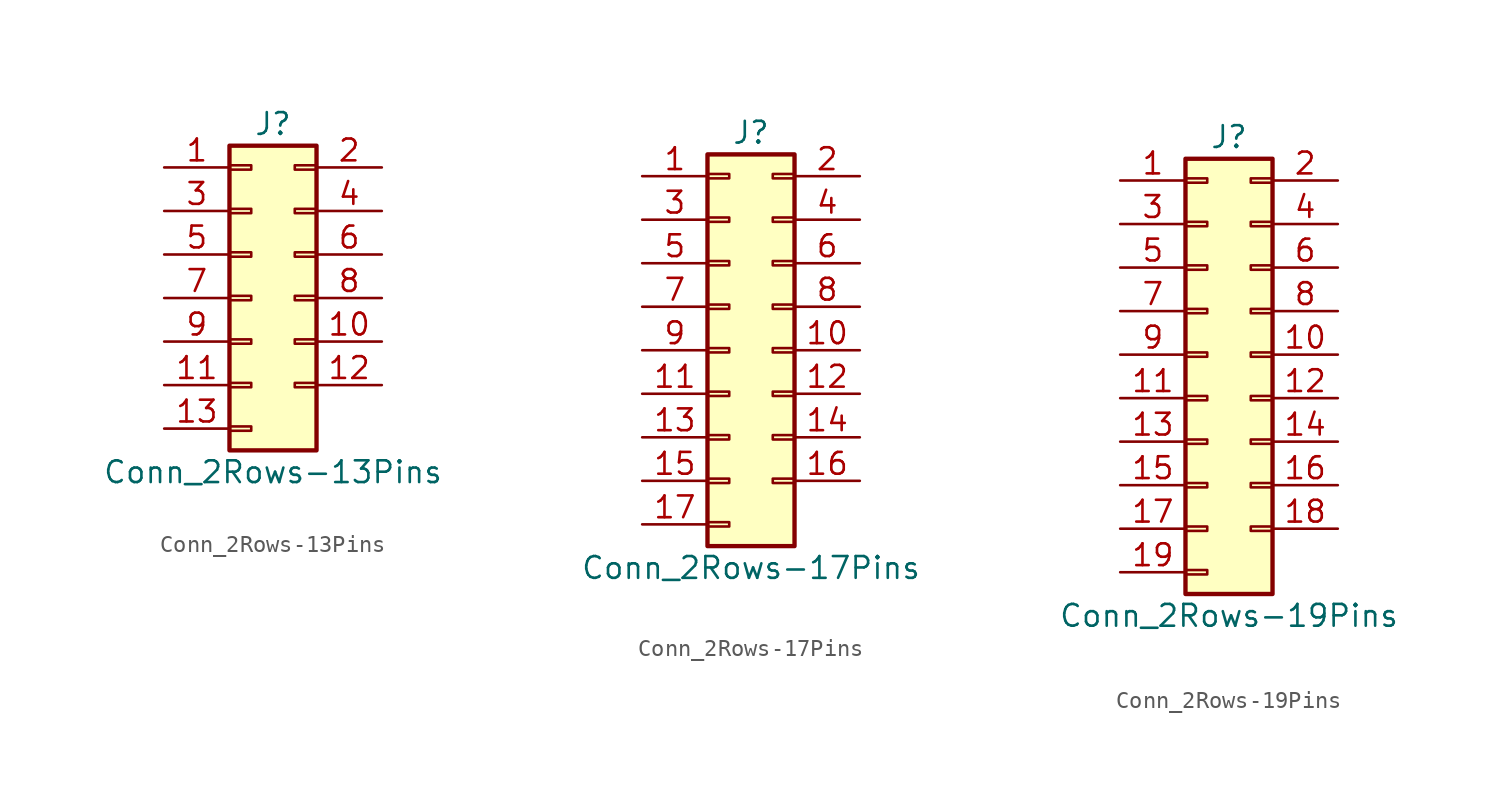
<source format=kicad_sym>
(kicad_symbol_lib
  (version 20211014)
  (generator kicad_symbol_editor)
  (symbol "Conn_2Rows-13Pins"
    (pin_names
      (offset 1.016) hide)
    (property "Reference" "J"
      (at 1.27 10.16 0)
      (effects (font (size 1.27 1.27))))
    (property "Value" "Conn_2Rows-13Pins"
      (at 1.27 -10.16 0)
      (effects (font (size 1.27 1.27))))
    (symbol "Conn_2Rows-13Pins_1_1"
      (rectangle (start -1.27 -7.493) (end 0 -7.747) (stroke (width 0.152) (type default) (color 0 0 0 0)) (fill (type none)))
      (rectangle (start -1.27 -4.953) (end 0 -5.207) (stroke (width 0.152) (type default) (color 0 0 0 0)) (fill (type none)))
      (rectangle (start -1.27 -2.413) (end 0 -2.667) (stroke (width 0.152) (type default) (color 0 0 0 0)) (fill (type none)))
      (rectangle (start -1.27 0.127) (end 0 -0.127) (stroke (width 0.152) (type default) (color 0 0 0 0)) (fill (type none)))
      (rectangle (start -1.27 2.667) (end 0 2.413) (stroke (width 0.152) (type default) (color 0 0 0 0)) (fill (type none)))
      (rectangle (start -1.27 5.207) (end 0 4.953) (stroke (width 0.152) (type default) (color 0 0 0 0)) (fill (type none)))
      (rectangle (start -1.27 7.747) (end 0 7.493) (stroke (width 0.152) (type default) (color 0 0 0 0)) (fill (type none)))
      (rectangle (start -1.27 8.89) (end 3.81 -8.89) (stroke (width 0.254) (type default) (color 0 0 0 0)) (fill (type background)))
      (rectangle (start 3.81 -4.953) (end 2.54 -5.207) (stroke (width 0.152) (type default) (color 0 0 0 0)) (fill (type none)))
      (rectangle (start 3.81 -2.413) (end 2.54 -2.667) (stroke (width 0.152) (type default) (color 0 0 0 0)) (fill (type none)))
      (rectangle (start 3.81 0.127) (end 2.54 -0.127) (stroke (width 0.152) (type default) (color 0 0 0 0)) (fill (type none)))
      (rectangle (start 3.81 2.667) (end 2.54 2.413) (stroke (width 0.152) (type default) (color 0 0 0 0)) (fill (type none)))
      (rectangle (start 3.81 5.207) (end 2.54 4.953) (stroke (width 0.152) (type default) (color 0 0 0 0)) (fill (type none)))
      (rectangle (start 3.81 7.747) (end 2.54 7.493) (stroke (width 0.152) (type default) (color 0 0 0 0)) (fill (type none)))
      (pin passive line (at -5.08 7.62 0) (length 3.81) (name "Pin_1" (effects (font (size 1.27 1.27)))) (number "1" (effects (font (size 1.27 1.27)))))
      (pin passive line (at 7.62 -2.54 180) (length 3.81) (name "Pin_10" (effects (font (size 1.27 1.27)))) (number "10" (effects (font (size 1.27 1.27)))))
      (pin passive line (at -5.08 -5.08 0) (length 3.81) (name "Pin_11" (effects (font (size 1.27 1.27)))) (number "11" (effects (font (size 1.27 1.27)))))
      (pin passive line (at 7.62 -5.08 180) (length 3.81) (name "Pin_12" (effects (font (size 1.27 1.27)))) (number "12" (effects (font (size 1.27 1.27)))))
      (pin passive line (at -5.08 -7.62 0) (length 3.81) (name "Pin_13" (effects (font (size 1.27 1.27)))) (number "13" (effects (font (size 1.27 1.27)))))
      (pin passive line (at 7.62 7.62 180) (length 3.81) (name "Pin_2" (effects (font (size 1.27 1.27)))) (number "2" (effects (font (size 1.27 1.27)))))
      (pin passive line (at -5.08 5.08 0) (length 3.81) (name "Pin_3" (effects (font (size 1.27 1.27)))) (number "3" (effects (font (size 1.27 1.27)))))
      (pin passive line (at 7.62 5.08 180) (length 3.81) (name "Pin_4" (effects (font (size 1.27 1.27)))) (number "4" (effects (font (size 1.27 1.27)))))
      (pin passive line (at -5.08 2.54 0) (length 3.81) (name "Pin_5" (effects (font (size 1.27 1.27)))) (number "5" (effects (font (size 1.27 1.27)))))
      (pin passive line (at 7.62 2.54 180) (length 3.81) (name "Pin_6" (effects (font (size 1.27 1.27)))) (number "6" (effects (font (size 1.27 1.27)))))
      (pin passive line (at -5.08 0 0) (length 3.81) (name "Pin_7" (effects (font (size 1.27 1.27)))) (number "7" (effects (font (size 1.27 1.27)))))
      (pin passive line (at 7.62 0 180) (length 3.81) (name "Pin_8" (effects (font (size 1.27 1.27)))) (number "8" (effects (font (size 1.27 1.27)))))
      (pin passive line (at -5.08 -2.54 0) (length 3.81) (name "Pin_9" (effects (font (size 1.27 1.27)))) (number "9" (effects (font (size 1.27 1.27)))))))
  (symbol "Conn_2Rows-17Pins"
    (pin_names
      (offset 1.016) hide)
    (property "Reference" "J"
      (at 1.27 12.7 0)
      (effects (font (size 1.27 1.27))))
    (property "Value" "Conn_2Rows-17Pins"
      (at 1.27 -12.7 0)
      (effects (font (size 1.27 1.27))))
    (symbol "Conn_2Rows-17Pins_1_1"
      (rectangle (start -1.27 -10.033) (end 0 -10.287) (stroke (width 0.152) (type default) (color 0 0 0 0)) (fill (type none)))
      (rectangle (start -1.27 -7.493) (end 0 -7.747) (stroke (width 0.152) (type default) (color 0 0 0 0)) (fill (type none)))
      (rectangle (start -1.27 -4.953) (end 0 -5.207) (stroke (width 0.152) (type default) (color 0 0 0 0)) (fill (type none)))
      (rectangle (start -1.27 -2.413) (end 0 -2.667) (stroke (width 0.152) (type default) (color 0 0 0 0)) (fill (type none)))
      (rectangle (start -1.27 0.127) (end 0 -0.127) (stroke (width 0.152) (type default) (color 0 0 0 0)) (fill (type none)))
      (rectangle (start -1.27 2.667) (end 0 2.413) (stroke (width 0.152) (type default) (color 0 0 0 0)) (fill (type none)))
      (rectangle (start -1.27 5.207) (end 0 4.953) (stroke (width 0.152) (type default) (color 0 0 0 0)) (fill (type none)))
      (rectangle (start -1.27 7.747) (end 0 7.493) (stroke (width 0.152) (type default) (color 0 0 0 0)) (fill (type none)))
      (rectangle (start -1.27 10.287) (end 0 10.033) (stroke (width 0.152) (type default) (color 0 0 0 0)) (fill (type none)))
      (rectangle (start -1.27 11.43) (end 3.81 -11.43) (stroke (width 0.254) (type default) (color 0 0 0 0)) (fill (type background)))
      (rectangle (start 3.81 -7.493) (end 2.54 -7.747) (stroke (width 0.152) (type default) (color 0 0 0 0)) (fill (type none)))
      (rectangle (start 3.81 -4.953) (end 2.54 -5.207) (stroke (width 0.152) (type default) (color 0 0 0 0)) (fill (type none)))
      (rectangle (start 3.81 -2.413) (end 2.54 -2.667) (stroke (width 0.152) (type default) (color 0 0 0 0)) (fill (type none)))
      (rectangle (start 3.81 0.127) (end 2.54 -0.127) (stroke (width 0.152) (type default) (color 0 0 0 0)) (fill (type none)))
      (rectangle (start 3.81 2.667) (end 2.54 2.413) (stroke (width 0.152) (type default) (color 0 0 0 0)) (fill (type none)))
      (rectangle (start 3.81 5.207) (end 2.54 4.953) (stroke (width 0.152) (type default) (color 0 0 0 0)) (fill (type none)))
      (rectangle (start 3.81 7.747) (end 2.54 7.493) (stroke (width 0.152) (type default) (color 0 0 0 0)) (fill (type none)))
      (rectangle (start 3.81 10.287) (end 2.54 10.033) (stroke (width 0.152) (type default) (color 0 0 0 0)) (fill (type none)))
      (pin passive line (at -5.08 10.16 0) (length 3.81) (name "Pin_1" (effects (font (size 1.27 1.27)))) (number "1" (effects (font (size 1.27 1.27)))))
      (pin passive line (at 7.62 0 180) (length 3.81) (name "Pin_10" (effects (font (size 1.27 1.27)))) (number "10" (effects (font (size 1.27 1.27)))))
      (pin passive line (at -5.08 -2.54 0) (length 3.81) (name "Pin_11" (effects (font (size 1.27 1.27)))) (number "11" (effects (font (size 1.27 1.27)))))
      (pin passive line (at 7.62 -2.54 180) (length 3.81) (name "Pin_12" (effects (font (size 1.27 1.27)))) (number "12" (effects (font (size 1.27 1.27)))))
      (pin passive line (at -5.08 -5.08 0) (length 3.81) (name "Pin_13" (effects (font (size 1.27 1.27)))) (number "13" (effects (font (size 1.27 1.27)))))
      (pin passive line (at 7.62 -5.08 180) (length 3.81) (name "Pin_14" (effects (font (size 1.27 1.27)))) (number "14" (effects (font (size 1.27 1.27)))))
      (pin passive line (at -5.08 -7.62 0) (length 3.81) (name "Pin_15" (effects (font (size 1.27 1.27)))) (number "15" (effects (font (size 1.27 1.27)))))
      (pin passive line (at 7.62 -7.62 180) (length 3.81) (name "Pin_16" (effects (font (size 1.27 1.27)))) (number "16" (effects (font (size 1.27 1.27)))))
      (pin passive line (at -5.08 -10.16 0) (length 3.81) (name "Pin_17" (effects (font (size 1.27 1.27)))) (number "17" (effects (font (size 1.27 1.27)))))
      (pin passive line (at 7.62 10.16 180) (length 3.81) (name "Pin_2" (effects (font (size 1.27 1.27)))) (number "2" (effects (font (size 1.27 1.27)))))
      (pin passive line (at -5.08 7.62 0) (length 3.81) (name "Pin_3" (effects (font (size 1.27 1.27)))) (number "3" (effects (font (size 1.27 1.27)))))
      (pin passive line (at 7.62 7.62 180) (length 3.81) (name "Pin_4" (effects (font (size 1.27 1.27)))) (number "4" (effects (font (size 1.27 1.27)))))
      (pin passive line (at -5.08 5.08 0) (length 3.81) (name "Pin_5" (effects (font (size 1.27 1.27)))) (number "5" (effects (font (size 1.27 1.27)))))
      (pin passive line (at 7.62 5.08 180) (length 3.81) (name "Pin_6" (effects (font (size 1.27 1.27)))) (number "6" (effects (font (size 1.27 1.27)))))
      (pin passive line (at -5.08 2.54 0) (length 3.81) (name "Pin_7" (effects (font (size 1.27 1.27)))) (number "7" (effects (font (size 1.27 1.27)))))
      (pin passive line (at 7.62 2.54 180) (length 3.81) (name "Pin_8" (effects (font (size 1.27 1.27)))) (number "8" (effects (font (size 1.27 1.27)))))
      (pin passive line (at -5.08 0 0) (length 3.81) (name "Pin_9" (effects (font (size 1.27 1.27)))) (number "9" (effects (font (size 1.27 1.27)))))))
  (symbol "Conn_2Rows-19Pins"
    (pin_names
      (offset 1.016) hide)
    (property "Reference" "J"
      (at 1.27 12.7 0)
      (effects (font (size 1.27 1.27))))
    (property "Value" "Conn_2Rows-19Pins"
      (at 1.27 -15.24 0)
      (effects (font (size 1.27 1.27))))
    (symbol "Conn_2Rows-19Pins_1_1"
      (rectangle (start -1.27 -12.573) (end 0 -12.827) (stroke (width 0.152) (type default) (color 0 0 0 0)) (fill (type none)))
      (rectangle (start -1.27 -10.033) (end 0 -10.287) (stroke (width 0.152) (type default) (color 0 0 0 0)) (fill (type none)))
      (rectangle (start -1.27 -7.493) (end 0 -7.747) (stroke (width 0.152) (type default) (color 0 0 0 0)) (fill (type none)))
      (rectangle (start -1.27 -4.953) (end 0 -5.207) (stroke (width 0.152) (type default) (color 0 0 0 0)) (fill (type none)))
      (rectangle (start -1.27 -2.413) (end 0 -2.667) (stroke (width 0.152) (type default) (color 0 0 0 0)) (fill (type none)))
      (rectangle (start -1.27 0.127) (end 0 -0.127) (stroke (width 0.152) (type default) (color 0 0 0 0)) (fill (type none)))
      (rectangle (start -1.27 2.667) (end 0 2.413) (stroke (width 0.152) (type default) (color 0 0 0 0)) (fill (type none)))
      (rectangle (start -1.27 5.207) (end 0 4.953) (stroke (width 0.152) (type default) (color 0 0 0 0)) (fill (type none)))
      (rectangle (start -1.27 7.747) (end 0 7.493) (stroke (width 0.152) (type default) (color 0 0 0 0)) (fill (type none)))
      (rectangle (start -1.27 10.287) (end 0 10.033) (stroke (width 0.152) (type default) (color 0 0 0 0)) (fill (type none)))
      (rectangle (start -1.27 11.43) (end 3.81 -13.97) (stroke (width 0.254) (type default) (color 0 0 0 0)) (fill (type background)))
      (rectangle (start 3.81 -10.033) (end 2.54 -10.287) (stroke (width 0.152) (type default) (color 0 0 0 0)) (fill (type none)))
      (rectangle (start 3.81 -7.493) (end 2.54 -7.747) (stroke (width 0.152) (type default) (color 0 0 0 0)) (fill (type none)))
      (rectangle (start 3.81 -4.953) (end 2.54 -5.207) (stroke (width 0.152) (type default) (color 0 0 0 0)) (fill (type none)))
      (rectangle (start 3.81 -2.413) (end 2.54 -2.667) (stroke (width 0.152) (type default) (color 0 0 0 0)) (fill (type none)))
      (rectangle (start 3.81 0.127) (end 2.54 -0.127) (stroke (width 0.152) (type default) (color 0 0 0 0)) (fill (type none)))
      (rectangle (start 3.81 2.667) (end 2.54 2.413) (stroke (width 0.152) (type default) (color 0 0 0 0)) (fill (type none)))
      (rectangle (start 3.81 5.207) (end 2.54 4.953) (stroke (width 0.152) (type default) (color 0 0 0 0)) (fill (type none)))
      (rectangle (start 3.81 7.747) (end 2.54 7.493) (stroke (width 0.152) (type default) (color 0 0 0 0)) (fill (type none)))
      (rectangle (start 3.81 10.287) (end 2.54 10.033) (stroke (width 0.152) (type default) (color 0 0 0 0)) (fill (type none)))
      (pin passive line (at -5.08 10.16 0) (length 3.81) (name "Pin_1" (effects (font (size 1.27 1.27)))) (number "1" (effects (font (size 1.27 1.27)))))
      (pin passive line (at 7.62 0 180) (length 3.81) (name "Pin_10" (effects (font (size 1.27 1.27)))) (number "10" (effects (font (size 1.27 1.27)))))
      (pin passive line (at -5.08 -2.54 0) (length 3.81) (name "Pin_11" (effects (font (size 1.27 1.27)))) (number "11" (effects (font (size 1.27 1.27)))))
      (pin passive line (at 7.62 -2.54 180) (length 3.81) (name "Pin_12" (effects (font (size 1.27 1.27)))) (number "12" (effects (font (size 1.27 1.27)))))
      (pin passive line (at -5.08 -5.08 0) (length 3.81) (name "Pin_13" (effects (font (size 1.27 1.27)))) (number "13" (effects (font (size 1.27 1.27)))))
      (pin passive line (at 7.62 -5.08 180) (length 3.81) (name "Pin_14" (effects (font (size 1.27 1.27)))) (number "14" (effects (font (size 1.27 1.27)))))
      (pin passive line (at -5.08 -7.62 0) (length 3.81) (name "Pin_15" (effects (font (size 1.27 1.27)))) (number "15" (effects (font (size 1.27 1.27)))))
      (pin passive line (at 7.62 -7.62 180) (length 3.81) (name "Pin_16" (effects (font (size 1.27 1.27)))) (number "16" (effects (font (size 1.27 1.27)))))
      (pin passive line (at -5.08 -10.16 0) (length 3.81) (name "Pin_17" (effects (font (size 1.27 1.27)))) (number "17" (effects (font (size 1.27 1.27)))))
      (pin passive line (at 7.62 -10.16 180) (length 3.81) (name "Pin_18" (effects (font (size 1.27 1.27)))) (number "18" (effects (font (size 1.27 1.27)))))
      (pin passive line (at -5.08 -12.7 0) (length 3.81) (name "Pin_19" (effects (font (size 1.27 1.27)))) (number "19" (effects (font (size 1.27 1.27)))))
      (pin passive line (at 7.62 10.16 180) (length 3.81) (name "Pin_2" (effects (font (size 1.27 1.27)))) (number "2" (effects (font (size 1.27 1.27)))))
      (pin passive line (at -5.08 7.62 0) (length 3.81) (name "Pin_3" (effects (font (size 1.27 1.27)))) (number "3" (effects (font (size 1.27 1.27)))))
      (pin passive line (at 7.62 7.62 180) (length 3.81) (name "Pin_4" (effects (font (size 1.27 1.27)))) (number "4" (effects (font (size 1.27 1.27)))))
      (pin passive line (at -5.08 5.08 0) (length 3.81) (name "Pin_5" (effects (font (size 1.27 1.27)))) (number "5" (effects (font (size 1.27 1.27)))))
      (pin passive line (at 7.62 5.08 180) (length 3.81) (name "Pin_6" (effects (font (size 1.27 1.27)))) (number "6" (effects (font (size 1.27 1.27)))))
      (pin passive line (at -5.08 2.54 0) (length 3.81) (name "Pin_7" (effects (font (size 1.27 1.27)))) (number "7" (effects (font (size 1.27 1.27)))))
      (pin passive line (at 7.62 2.54 180) (length 3.81) (name "Pin_8" (effects (font (size 1.27 1.27)))) (number "8" (effects (font (size 1.27 1.27)))))
      (pin passive line (at -5.08 0 0) (length 3.81) (name "Pin_9" (effects (font (size 1.27 1.27)))) (number "9" (effects (font (size 1.27 1.27))))))))
</source>
